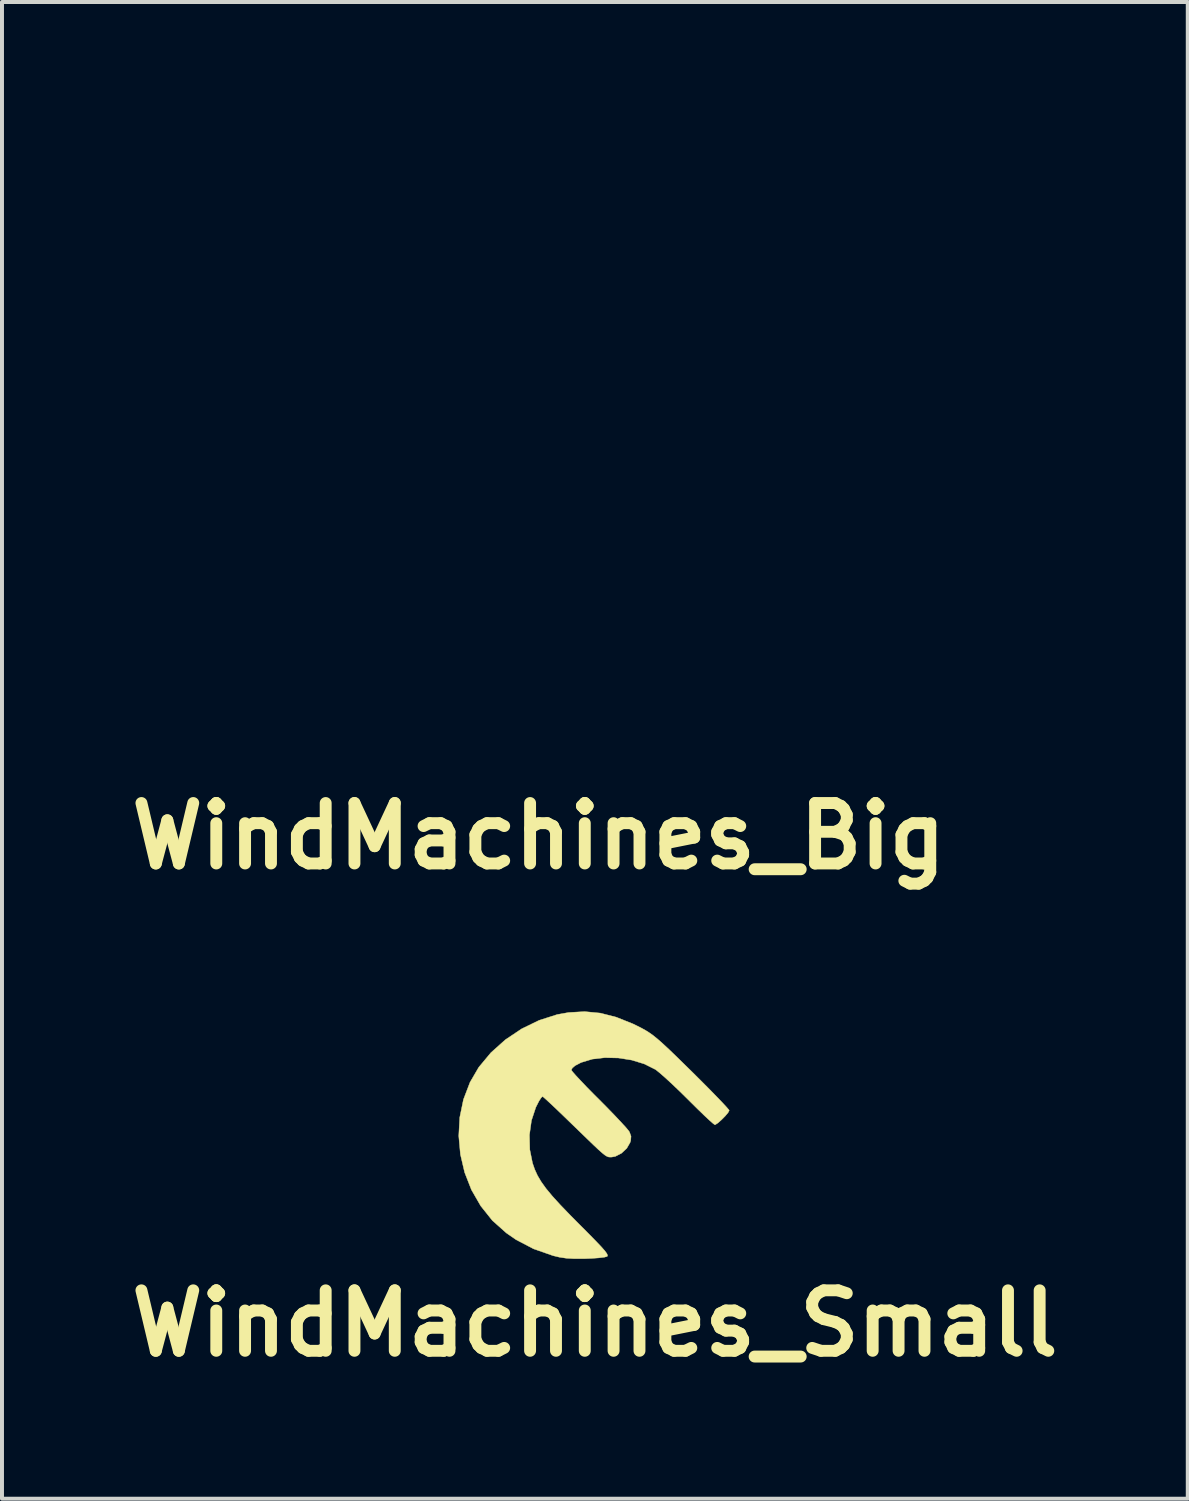
<source format=kicad_pcb>
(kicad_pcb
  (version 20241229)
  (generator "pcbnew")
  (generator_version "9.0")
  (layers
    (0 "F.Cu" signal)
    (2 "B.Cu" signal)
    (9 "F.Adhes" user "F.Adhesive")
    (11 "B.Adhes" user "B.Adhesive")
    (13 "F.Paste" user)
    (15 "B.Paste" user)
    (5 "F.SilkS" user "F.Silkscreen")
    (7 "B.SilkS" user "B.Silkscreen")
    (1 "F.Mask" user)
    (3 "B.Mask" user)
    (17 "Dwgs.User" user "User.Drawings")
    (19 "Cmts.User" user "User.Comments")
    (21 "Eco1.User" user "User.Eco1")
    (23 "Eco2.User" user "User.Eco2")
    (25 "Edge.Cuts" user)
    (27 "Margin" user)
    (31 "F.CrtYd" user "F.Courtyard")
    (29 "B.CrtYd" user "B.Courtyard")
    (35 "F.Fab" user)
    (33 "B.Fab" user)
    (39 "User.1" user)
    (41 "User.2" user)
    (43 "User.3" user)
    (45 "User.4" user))
  (footprint "WindMachines_Small"
    (layer "F.Cu")
    (at 11.945 25.811)
    (property "Reference" "WindMachines_Small" (at 0 4.5 0) (layer "F.SilkS") (effects (font (size 1.524 1.524) (thickness 0.3))))
    (attr through_hole)
    (fp_poly (pts (xy 0.138 -3.323) (xy 0.538 -3.221) (xy 0.958 -3.053) (xy 1.153 -2.957) (xy 1.258 -2.9) (xy 1.357 -2.839) (xy 1.459 -2.768) (xy 1.572 -2.677) (xy 1.705 -2.56) (xy 1.868 -2.409) (xy 2.068 -2.216) (xy 2.315 -1.974) (xy 2.445 -1.847) (xy 2.677 -1.616) (xy 2.888 -1.404) (xy 3.071 -1.216) (xy 3.219 -1.062) (xy 3.324 -0.948) (xy 3.38 -0.882) (xy 3.387 -0.869) (xy 3.358 -0.814) (xy 3.285 -0.727) (xy 3.192 -0.633) (xy 3.101 -0.553) (xy 3.035 -0.51) (xy 3.025 -0.508) (xy 2.984 -0.537) (xy 2.893 -0.617) (xy 2.761 -0.74) (xy 2.599 -0.897) (xy 2.414 -1.08) (xy 2.349 -1.145) (xy 2.147 -1.344) (xy 1.953 -1.529) (xy 1.779 -1.69) (xy 1.636 -1.815) (xy 1.538 -1.894) (xy 1.524 -1.903) (xy 1.246 -2.042) (xy 0.929 -2.139) (xy 0.592 -2.192) (xy 0.254 -2.2) (xy -0.065 -2.163) (xy -0.346 -2.078) (xy -0.497 -1.999) (xy -0.569 -1.937) (xy -0.593 -1.889) (xy -0.564 -1.847) (xy -0.483 -1.754) (xy -0.358 -1.62) (xy -0.199 -1.453) (xy -0.012 -1.263) (xy 0.109 -1.143) (xy 0.312 -0.938) (xy 0.498 -0.746) (xy 0.656 -0.578) (xy 0.779 -0.444) (xy 0.855 -0.353) (xy 0.873 -0.325) (xy 0.912 -0.219) (xy 0.903 -0.109) (xy 0.888 -0.06) (xy 0.804 0.086) (xy 0.671 0.21) (xy 0.517 0.289) (xy 0.425 0.306) (xy 0.384 0.307) (xy 0.347 0.304) (xy 0.307 0.29) (xy 0.256 0.259) (xy 0.188 0.205) (xy 0.094 0.122) (xy -0.032 0.003) (xy -0.199 -0.158) (xy -0.414 -0.366) (xy -0.604 -0.55) (xy -0.801 -0.741) (xy -0.979 -0.912) (xy -1.129 -1.053) (xy -1.241 -1.156) (xy -1.306 -1.213) (xy -1.317 -1.221) (xy -1.352 -1.192) (xy -1.409 -1.104) (xy -1.476 -0.973) (xy -1.489 -0.946) (xy -1.598 -0.616) (xy -1.649 -0.252) (xy -1.64 0.118) (xy -1.572 0.456) (xy -1.516 0.617) (xy -1.446 0.771) (xy -1.353 0.928) (xy -1.232 1.097) (xy -1.074 1.288) (xy -0.873 1.509) (xy -0.622 1.77) (xy -0.384 2.01) (xy -0.148 2.247) (xy 0.032 2.431) (xy 0.164 2.57) (xy 0.252 2.67) (xy 0.302 2.739) (xy 0.321 2.783) (xy 0.313 2.808) (xy 0.305 2.813) (xy 0.236 2.831) (xy 0.101 2.847) (xy -0.077 2.86) (xy -0.254 2.867) (xy -0.511 2.868) (xy -0.713 2.857) (xy -0.889 2.831) (xy -1.052 2.792) (xy -1.544 2.62) (xy -1.988 2.388) (xy -2.231 2.22) (xy -2.584 1.905) (xy -2.877 1.538) (xy -3.111 1.132) (xy -3.282 0.695) (xy -3.389 0.239) (xy -3.431 -0.227) (xy -3.406 -0.692) (xy -3.312 -1.147) (xy -3.147 -1.579) (xy -2.927 -1.957) (xy -2.621 -2.325) (xy -2.256 -2.652) (xy -1.845 -2.927) (xy -1.405 -3.141) (xy -0.949 -3.287) (xy -0.663 -3.338) (xy -0.257 -3.361) (xy 0.138 -3.323)) (stroke (width 0.01) (type solid)) (fill yes) (layer "F.SilkS")))
  (footprint "WindMachines_Big"
    (layer "F.Cu")
    (at 10.43 6.727)
    (property "Reference" "WindMachines_Big" (at 0.1 11.3 0) (layer "F.SilkS") (effects (font (size 1.524 1.524) (thickness 0.3))))
    (attr through_hole)
    (fp_poly (pts (xy 0.276 -6.646) (xy 1.075 -6.443) (xy 1.917 -6.105) (xy 2.306 -5.914) (xy 2.516 -5.8) (xy 2.714 -5.679) (xy 2.918 -5.535) (xy 3.144 -5.354) (xy 3.411 -5.12) (xy 3.736 -4.817) (xy 4.137 -4.432) (xy 4.631 -3.948) (xy 4.889 -3.693) (xy 5.353 -3.232) (xy 5.776 -2.807) (xy 6.142 -2.433) (xy 6.438 -2.124) (xy 6.649 -1.896) (xy 6.76 -1.764) (xy 6.773 -1.739) (xy 6.715 -1.627) (xy 6.57 -1.454) (xy 6.384 -1.266) (xy 6.202 -1.106) (xy 6.07 -1.02) (xy 6.049 -1.016) (xy 5.967 -1.073) (xy 5.786 -1.234) (xy 5.523 -1.48) (xy 5.197 -1.795) (xy 4.828 -2.159) (xy 4.698 -2.289) (xy 4.295 -2.687) (xy 3.907 -3.058) (xy 3.558 -3.38) (xy 3.272 -3.631) (xy 3.075 -3.787) (xy 3.048 -3.806) (xy 2.492 -4.085) (xy 1.858 -4.278) (xy 1.184 -4.384) (xy 0.508 -4.4) (xy -0.129 -4.325) (xy -0.691 -4.157) (xy -0.995 -3.998) (xy -1.137 -3.873) (xy -1.185 -3.778) (xy -1.128 -3.693) (xy -0.966 -3.508) (xy -0.717 -3.239) (xy -0.397 -2.906) (xy -0.024 -2.526) (xy 0.217 -2.285) (xy 0.624 -1.875) (xy 0.996 -1.493) (xy 1.313 -1.156) (xy 1.557 -0.887) (xy 1.709 -0.705) (xy 1.746 -0.651) (xy 1.825 -0.437) (xy 1.805 -0.218) (xy 1.776 -0.121) (xy 1.609 0.172) (xy 1.342 0.42) (xy 1.034 0.578) (xy 0.851 0.611) (xy 0.767 0.614) (xy 0.693 0.607) (xy 0.613 0.579) (xy 0.513 0.518) (xy 0.376 0.41) (xy 0.189 0.244) (xy -0.065 0.006) (xy -0.399 -0.315) (xy -0.829 -0.733) (xy -1.207 -1.101) (xy -1.602 -1.483) (xy -1.959 -1.824) (xy -2.258 -2.106) (xy -2.482 -2.313) (xy -2.612 -2.426) (xy -2.635 -2.442) (xy -2.704 -2.385) (xy -2.818 -2.207) (xy -2.952 -1.946) (xy -2.977 -1.891) (xy -3.196 -1.233) (xy -3.298 -0.505) (xy -3.28 0.236) (xy -3.144 0.912) (xy -3.033 1.233) (xy -2.892 1.542) (xy -2.706 1.856) (xy -2.463 2.194) (xy -2.148 2.575) (xy -1.746 3.018) (xy -1.243 3.54) (xy -0.768 4.02) (xy -0.296 4.493) (xy 0.065 4.862) (xy 0.328 5.14) (xy 0.504 5.341) (xy 0.604 5.478) (xy 0.641 5.565) (xy 0.626 5.616) (xy 0.611 5.627) (xy 0.471 5.662) (xy 0.202 5.695) (xy -0.155 5.72) (xy -0.508 5.734) (xy -1.022 5.736) (xy -1.426 5.714) (xy -1.779 5.662) (xy -2.104 5.584) (xy -3.088 5.241) (xy -3.976 4.775) (xy -4.462 4.44) (xy -5.167 3.809) (xy -5.754 3.077) (xy -6.221 2.263) (xy -6.564 1.39) (xy -6.779 0.477) (xy -6.863 -0.454) (xy -6.812 -1.385) (xy -6.624 -2.293) (xy -6.294 -3.159) (xy -5.853 -3.914) (xy -5.242 -4.651) (xy -4.512 -5.303) (xy -3.691 -5.853) (xy -2.81 -6.283) (xy -1.899 -6.573) (xy -1.326 -6.676) (xy -0.513 -6.722) (xy 0.276 -6.646)) (stroke (width 0.01) (type solid)) (fill no) (layer "Eco2.User")))
  (gr_rect
    (start -3 -3)
    (end 26.891 34.729)
    (stroke (width 0.1) (type default))
    (fill no)
    (layer "Edge.Cuts")))
</source>
